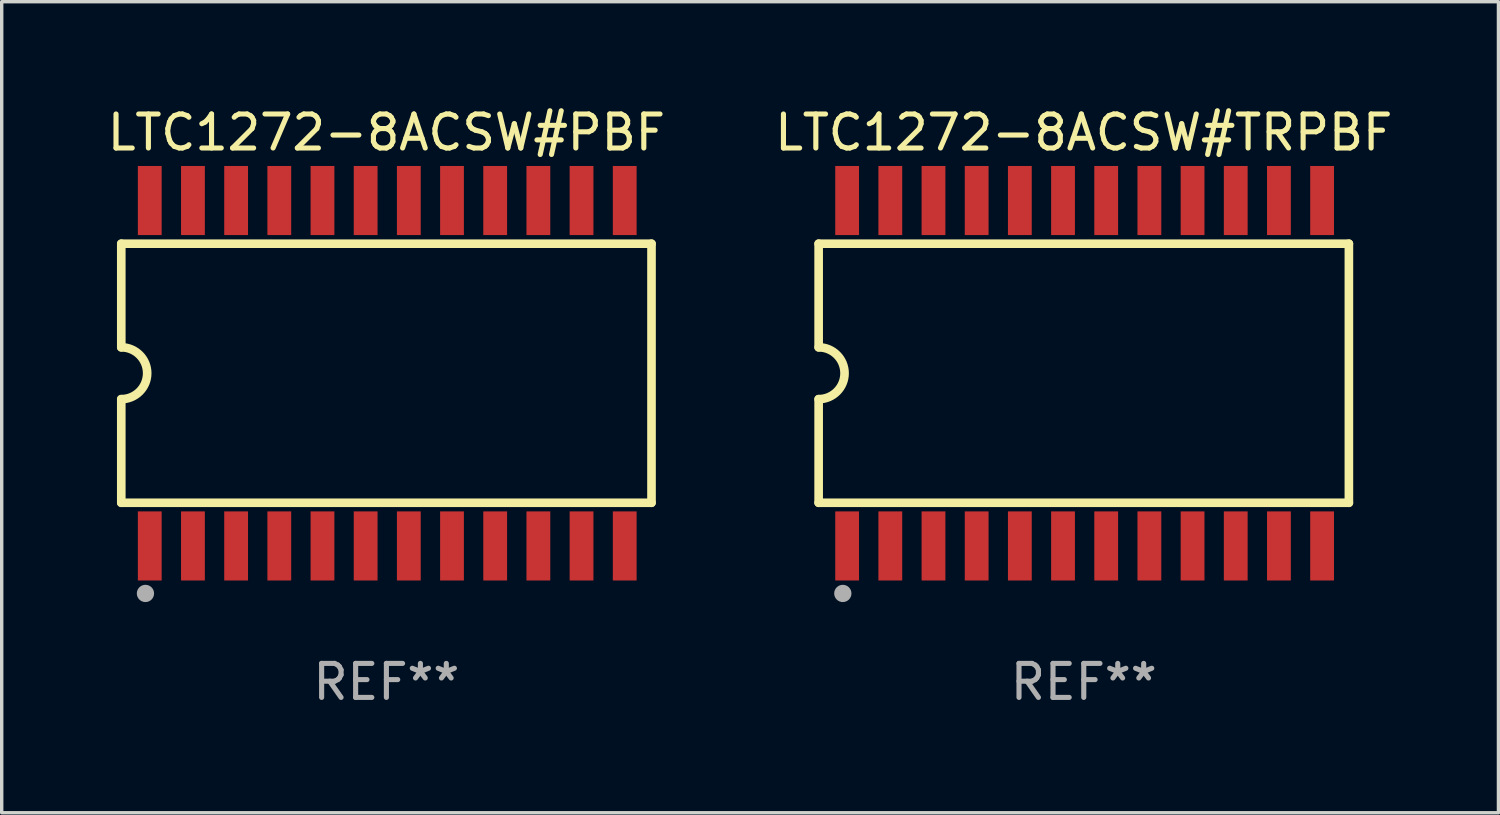
<source format=kicad_pcb>
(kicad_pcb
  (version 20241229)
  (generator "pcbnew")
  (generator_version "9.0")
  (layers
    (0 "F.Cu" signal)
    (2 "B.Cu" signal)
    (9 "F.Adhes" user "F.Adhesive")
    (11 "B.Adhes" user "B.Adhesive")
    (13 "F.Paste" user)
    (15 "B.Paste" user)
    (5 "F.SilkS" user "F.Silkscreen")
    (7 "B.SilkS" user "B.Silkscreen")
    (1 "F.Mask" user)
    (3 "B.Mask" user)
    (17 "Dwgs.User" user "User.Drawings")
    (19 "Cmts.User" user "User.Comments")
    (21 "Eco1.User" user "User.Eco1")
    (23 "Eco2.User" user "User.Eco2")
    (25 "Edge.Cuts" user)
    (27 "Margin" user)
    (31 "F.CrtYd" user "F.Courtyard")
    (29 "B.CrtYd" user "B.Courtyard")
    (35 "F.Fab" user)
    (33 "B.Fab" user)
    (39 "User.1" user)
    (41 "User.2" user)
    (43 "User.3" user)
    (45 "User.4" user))
  (footprint "LTC1272-8ACSW#PBF"
    (layer "F.Cu")
    (at 8.315 7.928)
    (property "Reference" "LTC1272-8ACSW#PBF" (at 0 -7.08 0) (layer "F.SilkS") (effects (font (size 1 1) (thickness 0.15))))
    (attr through_hole)
    (fp_line (start -7.798 -3.81) (end -7.798 -0.762) (stroke (width 0.254) (type solid)) (layer "F.SilkS"))
    (fp_line (start -7.798 3.81) (end -7.798 0.762) (stroke (width 0.254) (type solid)) (layer "F.SilkS"))
    (fp_line (start 7.798 -3.81) (end -7.798 -3.81) (stroke (width 0.254) (type solid)) (layer "F.SilkS"))
    (fp_line (start 7.798 3.81) (end -7.798 3.81) (stroke (width 0.254) (type solid)) (layer "F.SilkS"))
    (fp_line (start 7.798 3.81) (end 7.798 -3.81) (stroke (width 0.254) (type solid)) (layer "F.SilkS"))
    (fp_arc (start -7.797791 -0.762002) (mid -7.03579 -0.000001) (end -7.79779 0.762002) (stroke (width 0.254001) (type solid)) (layer "F.SilkS"))
    (fp_circle (center -7.825 3.75) (end -7.795 3.75) (stroke (width 0.06) (type solid)) (fill no) (layer "F.SilkS"))
    (fp_circle (center -7.087 6.477) (end -6.96 6.477) (stroke (width 0.254) (type solid)) (fill no) (layer "F.Fab"))
    (fp_text user "REF**" (at 0 9.08 0) (layer "F.Fab") (effects (font (size 1 1) (thickness 0.15))))
    (pad "1" smd rect (at -6.96 5.08 90) (size 2.032 0.7) (layers "F.Cu" "F.Mask" "F.Paste"))
    (pad "2" smd rect (at -5.69 5.08 90) (size 2.032 0.7) (layers "F.Cu" "F.Mask" "F.Paste"))
    (pad "3" smd rect (at -4.42 5.08 90) (size 2.032 0.7) (layers "F.Cu" "F.Mask" "F.Paste"))
    (pad "4" smd rect (at -3.15 5.08 90) (size 2.032 0.7) (layers "F.Cu" "F.Mask" "F.Paste"))
    (pad "5" smd rect (at -1.88 5.08 90) (size 2.032 0.7) (layers "F.Cu" "F.Mask" "F.Paste"))
    (pad "6" smd rect (at -0.61 5.08 90) (size 2.032 0.7) (layers "F.Cu" "F.Mask" "F.Paste"))
    (pad "7" smd rect (at 0.66 5.08 90) (size 2.032 0.7) (layers "F.Cu" "F.Mask" "F.Paste"))
    (pad "8" smd rect (at 1.93 5.08 90) (size 2.032 0.7) (layers "F.Cu" "F.Mask" "F.Paste"))
    (pad "9" smd rect (at 3.2 5.08 90) (size 2.032 0.7) (layers "F.Cu" "F.Mask" "F.Paste"))
    (pad "10" smd rect (at 4.47 5.08 90) (size 2.032 0.7) (layers "F.Cu" "F.Mask" "F.Paste"))
    (pad "11" smd rect (at 5.74 5.08 90) (size 2.032 0.7) (layers "F.Cu" "F.Mask" "F.Paste"))
    (pad "12" smd rect (at 7.01 5.08 90) (size 2.032 0.7) (layers "F.Cu" "F.Mask" "F.Paste"))
    (pad "13" smd rect (at 7.01 -5.08 90) (size 2.032 0.7) (layers "F.Cu" "F.Mask" "F.Paste"))
    (pad "14" smd rect (at 5.74 -5.08 90) (size 2.032 0.7) (layers "F.Cu" "F.Mask" "F.Paste"))
    (pad "15" smd rect (at 4.47 -5.08 90) (size 2.032 0.7) (layers "F.Cu" "F.Mask" "F.Paste"))
    (pad "16" smd rect (at 3.2 -5.08 90) (size 2.032 0.7) (layers "F.Cu" "F.Mask" "F.Paste"))
    (pad "17" smd rect (at 1.93 -5.08 90) (size 2.032 0.7) (layers "F.Cu" "F.Mask" "F.Paste"))
    (pad "18" smd rect (at 0.66 -5.08 90) (size 2.032 0.7) (layers "F.Cu" "F.Mask" "F.Paste"))
    (pad "19" smd rect (at -0.61 -5.08 90) (size 2.032 0.7) (layers "F.Cu" "F.Mask" "F.Paste"))
    (pad "20" smd rect (at -1.88 -5.08 90) (size 2.032 0.7) (layers "F.Cu" "F.Mask" "F.Paste"))
    (pad "21" smd rect (at -3.15 -5.08 90) (size 2.032 0.7) (layers "F.Cu" "F.Mask" "F.Paste"))
    (pad "22" smd rect (at -4.42 -5.08 90) (size 2.032 0.7) (layers "F.Cu" "F.Mask" "F.Paste"))
    (pad "23" smd rect (at -5.69 -5.08 90) (size 2.032 0.7) (layers "F.Cu" "F.Mask" "F.Paste"))
    (pad "24" smd rect (at -6.96 -5.08 90) (size 2.032 0.7) (layers "F.Cu" "F.Mask" "F.Paste")))
  (footprint "LTC1272-8ACSW#TRPBF"
    (layer "F.Cu")
    (at 28.827 7.928)
    (property "Reference" "LTC1272-8ACSW#TRPBF" (at 0 -7.08 0) (layer "F.SilkS") (effects (font (size 1 1) (thickness 0.15))))
    (attr through_hole)
    (fp_line (start -7.798 -3.81) (end -7.798 -0.762) (stroke (width 0.254) (type solid)) (layer "F.SilkS"))
    (fp_line (start -7.798 3.81) (end -7.798 0.762) (stroke (width 0.254) (type solid)) (layer "F.SilkS"))
    (fp_line (start 7.798 -3.81) (end -7.798 -3.81) (stroke (width 0.254) (type solid)) (layer "F.SilkS"))
    (fp_line (start 7.798 3.81) (end -7.798 3.81) (stroke (width 0.254) (type solid)) (layer "F.SilkS"))
    (fp_line (start 7.798 3.81) (end 7.798 -3.81) (stroke (width 0.254) (type solid)) (layer "F.SilkS"))
    (fp_arc (start -7.797791 -0.762002) (mid -7.03579 -0.000001) (end -7.79779 0.762002) (stroke (width 0.254001) (type solid)) (layer "F.SilkS"))
    (fp_circle (center -7.825 3.75) (end -7.795 3.75) (stroke (width 0.06) (type solid)) (fill no) (layer "F.SilkS"))
    (fp_circle (center -7.087 6.477) (end -6.96 6.477) (stroke (width 0.254) (type solid)) (fill no) (layer "F.Fab"))
    (fp_text user "REF**" (at 0 9.08 0) (layer "F.Fab") (effects (font (size 1 1) (thickness 0.15))))
    (pad "1" smd rect (at -6.96 5.08 90) (size 2.032 0.7) (layers "F.Cu" "F.Mask" "F.Paste"))
    (pad "2" smd rect (at -5.69 5.08 90) (size 2.032 0.7) (layers "F.Cu" "F.Mask" "F.Paste"))
    (pad "3" smd rect (at -4.42 5.08 90) (size 2.032 0.7) (layers "F.Cu" "F.Mask" "F.Paste"))
    (pad "4" smd rect (at -3.15 5.08 90) (size 2.032 0.7) (layers "F.Cu" "F.Mask" "F.Paste"))
    (pad "5" smd rect (at -1.88 5.08 90) (size 2.032 0.7) (layers "F.Cu" "F.Mask" "F.Paste"))
    (pad "6" smd rect (at -0.61 5.08 90) (size 2.032 0.7) (layers "F.Cu" "F.Mask" "F.Paste"))
    (pad "7" smd rect (at 0.66 5.08 90) (size 2.032 0.7) (layers "F.Cu" "F.Mask" "F.Paste"))
    (pad "8" smd rect (at 1.93 5.08 90) (size 2.032 0.7) (layers "F.Cu" "F.Mask" "F.Paste"))
    (pad "9" smd rect (at 3.2 5.08 90) (size 2.032 0.7) (layers "F.Cu" "F.Mask" "F.Paste"))
    (pad "10" smd rect (at 4.47 5.08 90) (size 2.032 0.7) (layers "F.Cu" "F.Mask" "F.Paste"))
    (pad "11" smd rect (at 5.74 5.08 90) (size 2.032 0.7) (layers "F.Cu" "F.Mask" "F.Paste"))
    (pad "12" smd rect (at 7.01 5.08 90) (size 2.032 0.7) (layers "F.Cu" "F.Mask" "F.Paste"))
    (pad "13" smd rect (at 7.01 -5.08 90) (size 2.032 0.7) (layers "F.Cu" "F.Mask" "F.Paste"))
    (pad "14" smd rect (at 5.74 -5.08 90) (size 2.032 0.7) (layers "F.Cu" "F.Mask" "F.Paste"))
    (pad "15" smd rect (at 4.47 -5.08 90) (size 2.032 0.7) (layers "F.Cu" "F.Mask" "F.Paste"))
    (pad "16" smd rect (at 3.2 -5.08 90) (size 2.032 0.7) (layers "F.Cu" "F.Mask" "F.Paste"))
    (pad "17" smd rect (at 1.93 -5.08 90) (size 2.032 0.7) (layers "F.Cu" "F.Mask" "F.Paste"))
    (pad "18" smd rect (at 0.66 -5.08 90) (size 2.032 0.7) (layers "F.Cu" "F.Mask" "F.Paste"))
    (pad "19" smd rect (at -0.61 -5.08 90) (size 2.032 0.7) (layers "F.Cu" "F.Mask" "F.Paste"))
    (pad "20" smd rect (at -1.88 -5.08 90) (size 2.032 0.7) (layers "F.Cu" "F.Mask" "F.Paste"))
    (pad "21" smd rect (at -3.15 -5.08 90) (size 2.032 0.7) (layers "F.Cu" "F.Mask" "F.Paste"))
    (pad "22" smd rect (at -4.42 -5.08 90) (size 2.032 0.7) (layers "F.Cu" "F.Mask" "F.Paste"))
    (pad "23" smd rect (at -5.69 -5.08 90) (size 2.032 0.7) (layers "F.Cu" "F.Mask" "F.Paste"))
    (pad "24" smd rect (at -6.96 -5.08 90) (size 2.032 0.7) (layers "F.Cu" "F.Mask" "F.Paste")))
  (gr_rect
    (start -3 -3)
    (end 41.024 20.857)
    (stroke (width 0.1) (type default))
    (fill no)
    (layer "Edge.Cuts")))
</source>
